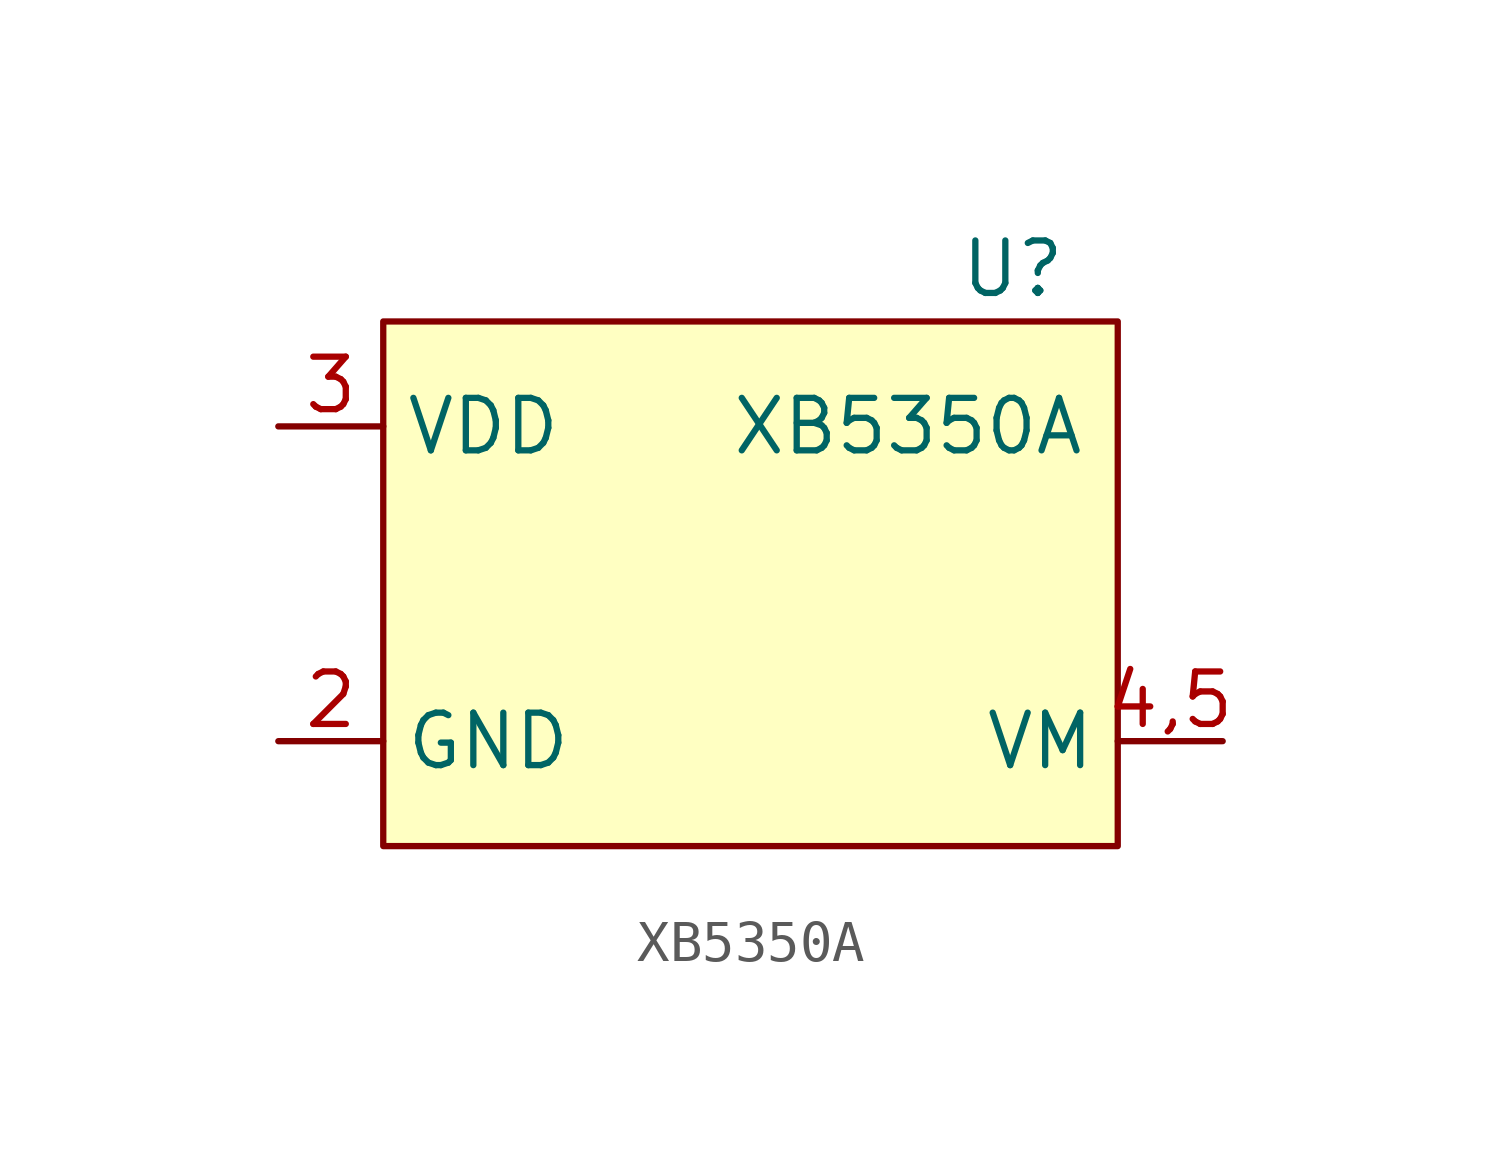
<source format=kicad_sym>
(kicad_symbol_lib
  (version 20211014)
  (generator kicad_symbol_editor)
  (symbol "XB5350A"
    (property "Reference" "U"
      (at 6.35 7.62 0)
      (effects (font (size 1.27 1.27))))
    (property "Value" "XB5350A"
      (at 3.81 3.81 0)
      (effects (font (size 1.27 1.27))))
    (symbol "XB5350A_0_1"
      (rectangle (start -8.89 6.35) (end 8.89 -6.35) (stroke (width 0) (type default) (color 0 0 0 0)) (fill (type background))))
    (symbol "XB5350A_1_1"
      (pin input line (at -11.43 -3.81 0) (length 2.54) (name "GND" (effects (font (size 1.27 1.27)))) (number "2" (effects (font (size 1.27 1.27)))))
      (pin input line (at -11.43 3.81 0) (length 2.54) (name "VDD" (effects (font (size 1.27 1.27)))) (number "3" (effects (font (size 1.27 1.27)))))
      (pin output line (at 11.43 -3.81 180) (length 2.54) (name "VM" (effects (font (size 1.27 1.27)))) (number "4,5" (effects (font (size 1.27 1.27))))))))
</source>
